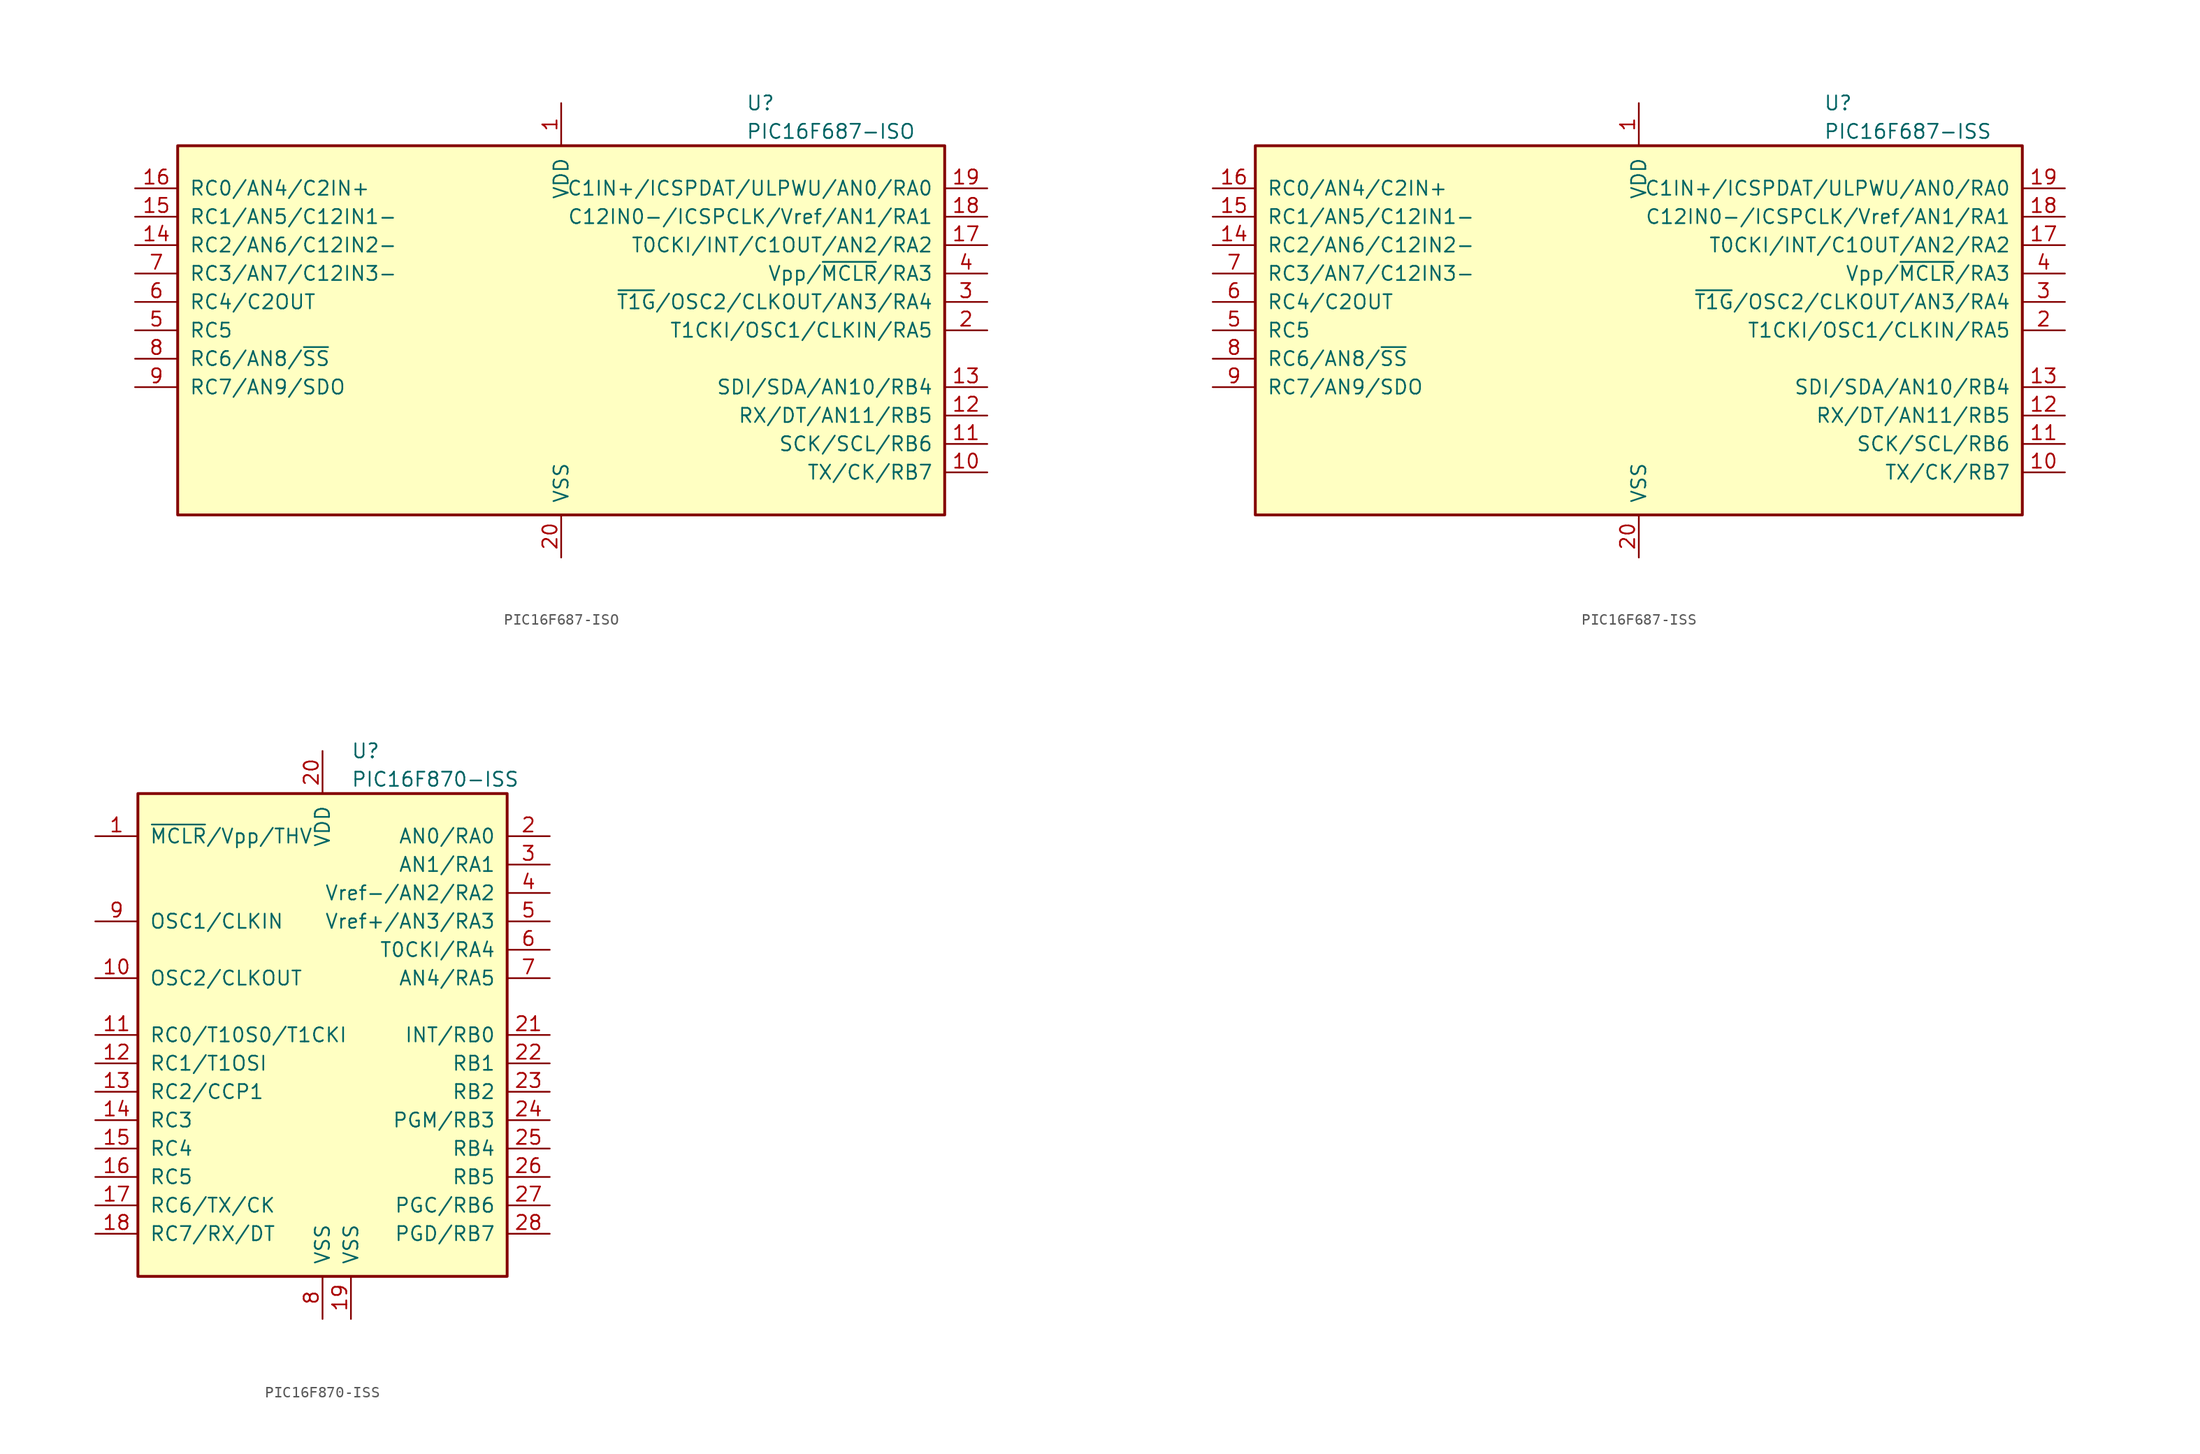
<source format=kicad_sym>
(kicad_symbol_lib
  (version 20231120)
  (generator "kicad_symbol_editor")
  (generator_version "8.0")
  (symbol "PIC16F687-ISO"
    (pin_names
      (offset 1.016))
    (property "Reference" "U"
      (at 16.51 20.32 0)
      (effects (font (size 1.27 1.27)) (justify left)))
    (property "Value" "PIC16F687-ISO"
      (at 16.51 17.78 0)
      (effects (font (size 1.27 1.27)) (justify left)))
    (symbol "PIC16F687-ISO_0_1"
      (rectangle (start -34.29 16.51) (end 34.29 -16.51) (stroke (width 0.254) (type default)) (fill (type background))))
    (symbol "PIC16F687-ISO_1_1"
      (pin power_in line (at 0 20.32 270) (length 3.81) (name "VDD" (effects (font (size 1.27 1.27)))) (number "1" (effects (font (size 1.27 1.27)))))
      (pin bidirectional line (at 38.1 -12.7 180) (length 3.81) (name "TX/CK/RB7" (effects (font (size 1.27 1.27)))) (number "10" (effects (font (size 1.27 1.27)))))
      (pin bidirectional line (at 38.1 -10.16 180) (length 3.81) (name "SCK/SCL/RB6" (effects (font (size 1.27 1.27)))) (number "11" (effects (font (size 1.27 1.27)))))
      (pin bidirectional line (at 38.1 -7.62 180) (length 3.81) (name "RX/DT/AN11/RB5" (effects (font (size 1.27 1.27)))) (number "12" (effects (font (size 1.27 1.27)))))
      (pin bidirectional line (at 38.1 -5.08 180) (length 3.81) (name "SDI/SDA/AN10/RB4" (effects (font (size 1.27 1.27)))) (number "13" (effects (font (size 1.27 1.27)))))
      (pin bidirectional line (at -38.1 7.62 0) (length 3.81) (name "RC2/AN6/C12IN2-" (effects (font (size 1.27 1.27)))) (number "14" (effects (font (size 1.27 1.27)))))
      (pin bidirectional line (at -38.1 10.16 0) (length 3.81) (name "RC1/AN5/C12IN1-" (effects (font (size 1.27 1.27)))) (number "15" (effects (font (size 1.27 1.27)))))
      (pin bidirectional line (at -38.1 12.7 0) (length 3.81) (name "RC0/AN4/C2IN+" (effects (font (size 1.27 1.27)))) (number "16" (effects (font (size 1.27 1.27)))))
      (pin bidirectional line (at 38.1 7.62 180) (length 3.81) (name "T0CKI/INT/C1OUT/AN2/RA2" (effects (font (size 1.27 1.27)))) (number "17" (effects (font (size 1.27 1.27)))))
      (pin bidirectional line (at 38.1 10.16 180) (length 3.81) (name "C12IN0-/ICSPCLK/Vref/AN1/RA1" (effects (font (size 1.27 1.27)))) (number "18" (effects (font (size 1.27 1.27)))))
      (pin bidirectional line (at 38.1 12.7 180) (length 3.81) (name "C1IN+/ICSPDAT/ULPWU/AN0/RA0" (effects (font (size 1.27 1.27)))) (number "19" (effects (font (size 1.27 1.27)))))
      (pin bidirectional line (at 38.1 0 180) (length 3.81) (name "T1CKI/OSC1/CLKIN/RA5" (effects (font (size 1.27 1.27)))) (number "2" (effects (font (size 1.27 1.27)))))
      (pin power_in line (at 0 -20.32 90) (length 3.81) (name "VSS" (effects (font (size 1.27 1.27)))) (number "20" (effects (font (size 1.27 1.27)))))
      (pin bidirectional line (at 38.1 2.54 180) (length 3.81) (name "~{T1G}/OSC2/CLKOUT/AN3/RA4" (effects (font (size 1.27 1.27)))) (number "3" (effects (font (size 1.27 1.27)))))
      (pin input line (at 38.1 5.08 180) (length 3.81) (name "Vpp/~{MCLR}/RA3" (effects (font (size 1.27 1.27)))) (number "4" (effects (font (size 1.27 1.27)))))
      (pin bidirectional line (at -38.1 0 0) (length 3.81) (name "RC5" (effects (font (size 1.27 1.27)))) (number "5" (effects (font (size 1.27 1.27)))))
      (pin bidirectional line (at -38.1 2.54 0) (length 3.81) (name "RC4/C2OUT" (effects (font (size 1.27 1.27)))) (number "6" (effects (font (size 1.27 1.27)))))
      (pin bidirectional line (at -38.1 5.08 0) (length 3.81) (name "RC3/AN7/C12IN3-" (effects (font (size 1.27 1.27)))) (number "7" (effects (font (size 1.27 1.27)))))
      (pin bidirectional line (at -38.1 -2.54 0) (length 3.81) (name "RC6/AN8/~{SS}" (effects (font (size 1.27 1.27)))) (number "8" (effects (font (size 1.27 1.27)))))
      (pin bidirectional line (at -38.1 -5.08 0) (length 3.81) (name "RC7/AN9/SDO" (effects (font (size 1.27 1.27)))) (number "9" (effects (font (size 1.27 1.27)))))))
  (symbol "PIC16F687-ISS"
    (pin_names
      (offset 1.016))
    (property "Reference" "U"
      (at 16.51 20.32 0)
      (effects (font (size 1.27 1.27)) (justify left)))
    (property "Value" "PIC16F687-ISS"
      (at 16.51 17.78 0)
      (effects (font (size 1.27 1.27)) (justify left)))
    (symbol "PIC16F687-ISS_0_1"
      (rectangle (start -34.29 16.51) (end 34.29 -16.51) (stroke (width 0.254) (type default)) (fill (type background))))
    (symbol "PIC16F687-ISS_1_1"
      (pin power_in line (at 0 20.32 270) (length 3.81) (name "VDD" (effects (font (size 1.27 1.27)))) (number "1" (effects (font (size 1.27 1.27)))))
      (pin bidirectional line (at 38.1 -12.7 180) (length 3.81) (name "TX/CK/RB7" (effects (font (size 1.27 1.27)))) (number "10" (effects (font (size 1.27 1.27)))))
      (pin bidirectional line (at 38.1 -10.16 180) (length 3.81) (name "SCK/SCL/RB6" (effects (font (size 1.27 1.27)))) (number "11" (effects (font (size 1.27 1.27)))))
      (pin bidirectional line (at 38.1 -7.62 180) (length 3.81) (name "RX/DT/AN11/RB5" (effects (font (size 1.27 1.27)))) (number "12" (effects (font (size 1.27 1.27)))))
      (pin bidirectional line (at 38.1 -5.08 180) (length 3.81) (name "SDI/SDA/AN10/RB4" (effects (font (size 1.27 1.27)))) (number "13" (effects (font (size 1.27 1.27)))))
      (pin bidirectional line (at -38.1 7.62 0) (length 3.81) (name "RC2/AN6/C12IN2-" (effects (font (size 1.27 1.27)))) (number "14" (effects (font (size 1.27 1.27)))))
      (pin bidirectional line (at -38.1 10.16 0) (length 3.81) (name "RC1/AN5/C12IN1-" (effects (font (size 1.27 1.27)))) (number "15" (effects (font (size 1.27 1.27)))))
      (pin bidirectional line (at -38.1 12.7 0) (length 3.81) (name "RC0/AN4/C2IN+" (effects (font (size 1.27 1.27)))) (number "16" (effects (font (size 1.27 1.27)))))
      (pin bidirectional line (at 38.1 7.62 180) (length 3.81) (name "T0CKI/INT/C1OUT/AN2/RA2" (effects (font (size 1.27 1.27)))) (number "17" (effects (font (size 1.27 1.27)))))
      (pin bidirectional line (at 38.1 10.16 180) (length 3.81) (name "C12IN0-/ICSPCLK/Vref/AN1/RA1" (effects (font (size 1.27 1.27)))) (number "18" (effects (font (size 1.27 1.27)))))
      (pin bidirectional line (at 38.1 12.7 180) (length 3.81) (name "C1IN+/ICSPDAT/ULPWU/AN0/RA0" (effects (font (size 1.27 1.27)))) (number "19" (effects (font (size 1.27 1.27)))))
      (pin bidirectional line (at 38.1 0 180) (length 3.81) (name "T1CKI/OSC1/CLKIN/RA5" (effects (font (size 1.27 1.27)))) (number "2" (effects (font (size 1.27 1.27)))))
      (pin power_in line (at 0 -20.32 90) (length 3.81) (name "VSS" (effects (font (size 1.27 1.27)))) (number "20" (effects (font (size 1.27 1.27)))))
      (pin bidirectional line (at 38.1 2.54 180) (length 3.81) (name "~{T1G}/OSC2/CLKOUT/AN3/RA4" (effects (font (size 1.27 1.27)))) (number "3" (effects (font (size 1.27 1.27)))))
      (pin input line (at 38.1 5.08 180) (length 3.81) (name "Vpp/~{MCLR}/RA3" (effects (font (size 1.27 1.27)))) (number "4" (effects (font (size 1.27 1.27)))))
      (pin bidirectional line (at -38.1 0 0) (length 3.81) (name "RC5" (effects (font (size 1.27 1.27)))) (number "5" (effects (font (size 1.27 1.27)))))
      (pin bidirectional line (at -38.1 2.54 0) (length 3.81) (name "RC4/C2OUT" (effects (font (size 1.27 1.27)))) (number "6" (effects (font (size 1.27 1.27)))))
      (pin bidirectional line (at -38.1 5.08 0) (length 3.81) (name "RC3/AN7/C12IN3-" (effects (font (size 1.27 1.27)))) (number "7" (effects (font (size 1.27 1.27)))))
      (pin bidirectional line (at -38.1 -2.54 0) (length 3.81) (name "RC6/AN8/~{SS}" (effects (font (size 1.27 1.27)))) (number "8" (effects (font (size 1.27 1.27)))))
      (pin bidirectional line (at -38.1 -5.08 0) (length 3.81) (name "RC7/AN9/SDO" (effects (font (size 1.27 1.27)))) (number "9" (effects (font (size 1.27 1.27)))))))
  (symbol "PIC16F870-ISS"
    (pin_names
      (offset 1.016))
    (property "Reference" "U"
      (at 2.54 25.4 0)
      (effects (font (size 1.27 1.27)) (justify left)))
    (property "Value" "PIC16F870-ISS"
      (at 2.54 22.86 0)
      (effects (font (size 1.27 1.27)) (justify left)))
    (symbol "PIC16F870-ISS_0_1"
      (rectangle (start -16.51 -21.59) (end 16.51 21.59) (stroke (width 0.254) (type default)) (fill (type background))))
    (symbol "PIC16F870-ISS_1_1"
      (pin input line (at -20.32 17.78 0) (length 3.81) (name "~{MCLR}/Vpp/THV" (effects (font (size 1.27 1.27)))) (number "1" (effects (font (size 1.27 1.27)))))
      (pin output line (at -20.32 5.08 0) (length 3.81) (name "OSC2/CLKOUT" (effects (font (size 1.27 1.27)))) (number "10" (effects (font (size 1.27 1.27)))))
      (pin bidirectional line (at -20.32 0 0) (length 3.81) (name "RC0/T10S0/T1CKI" (effects (font (size 1.27 1.27)))) (number "11" (effects (font (size 1.27 1.27)))))
      (pin bidirectional line (at -20.32 -2.54 0) (length 3.81) (name "RC1/T1OSI" (effects (font (size 1.27 1.27)))) (number "12" (effects (font (size 1.27 1.27)))))
      (pin bidirectional line (at -20.32 -5.08 0) (length 3.81) (name "RC2/CCP1" (effects (font (size 1.27 1.27)))) (number "13" (effects (font (size 1.27 1.27)))))
      (pin bidirectional line (at -20.32 -7.62 0) (length 3.81) (name "RC3" (effects (font (size 1.27 1.27)))) (number "14" (effects (font (size 1.27 1.27)))))
      (pin bidirectional line (at -20.32 -10.16 0) (length 3.81) (name "RC4" (effects (font (size 1.27 1.27)))) (number "15" (effects (font (size 1.27 1.27)))))
      (pin bidirectional line (at -20.32 -12.7 0) (length 3.81) (name "RC5" (effects (font (size 1.27 1.27)))) (number "16" (effects (font (size 1.27 1.27)))))
      (pin bidirectional line (at -20.32 -15.24 0) (length 3.81) (name "RC6/TX/CK" (effects (font (size 1.27 1.27)))) (number "17" (effects (font (size 1.27 1.27)))))
      (pin bidirectional line (at -20.32 -17.78 0) (length 3.81) (name "RC7/RX/DT" (effects (font (size 1.27 1.27)))) (number "18" (effects (font (size 1.27 1.27)))))
      (pin power_in line (at 2.54 -25.4 90) (length 3.81) (name "VSS" (effects (font (size 1.27 1.27)))) (number "19" (effects (font (size 1.27 1.27)))))
      (pin bidirectional line (at 20.32 17.78 180) (length 3.81) (name "AN0/RA0" (effects (font (size 1.27 1.27)))) (number "2" (effects (font (size 1.27 1.27)))))
      (pin power_in line (at 0 25.4 270) (length 3.81) (name "VDD" (effects (font (size 1.27 1.27)))) (number "20" (effects (font (size 1.27 1.27)))))
      (pin bidirectional line (at 20.32 0 180) (length 3.81) (name "INT/RB0" (effects (font (size 1.27 1.27)))) (number "21" (effects (font (size 1.27 1.27)))))
      (pin bidirectional line (at 20.32 -2.54 180) (length 3.81) (name "RB1" (effects (font (size 1.27 1.27)))) (number "22" (effects (font (size 1.27 1.27)))))
      (pin bidirectional line (at 20.32 -5.08 180) (length 3.81) (name "RB2" (effects (font (size 1.27 1.27)))) (number "23" (effects (font (size 1.27 1.27)))))
      (pin bidirectional line (at 20.32 -7.62 180) (length 3.81) (name "PGM/RB3" (effects (font (size 1.27 1.27)))) (number "24" (effects (font (size 1.27 1.27)))))
      (pin bidirectional line (at 20.32 -10.16 180) (length 3.81) (name "RB4" (effects (font (size 1.27 1.27)))) (number "25" (effects (font (size 1.27 1.27)))))
      (pin bidirectional line (at 20.32 -12.7 180) (length 3.81) (name "RB5" (effects (font (size 1.27 1.27)))) (number "26" (effects (font (size 1.27 1.27)))))
      (pin bidirectional line (at 20.32 -15.24 180) (length 3.81) (name "PGC/RB6" (effects (font (size 1.27 1.27)))) (number "27" (effects (font (size 1.27 1.27)))))
      (pin bidirectional line (at 20.32 -17.78 180) (length 3.81) (name "PGD/RB7" (effects (font (size 1.27 1.27)))) (number "28" (effects (font (size 1.27 1.27)))))
      (pin bidirectional line (at 20.32 15.24 180) (length 3.81) (name "AN1/RA1" (effects (font (size 1.27 1.27)))) (number "3" (effects (font (size 1.27 1.27)))))
      (pin bidirectional line (at 20.32 12.7 180) (length 3.81) (name "Vref-/AN2/RA2" (effects (font (size 1.27 1.27)))) (number "4" (effects (font (size 1.27 1.27)))))
      (pin bidirectional line (at 20.32 10.16 180) (length 3.81) (name "Vref+/AN3/RA3" (effects (font (size 1.27 1.27)))) (number "5" (effects (font (size 1.27 1.27)))))
      (pin bidirectional line (at 20.32 7.62 180) (length 3.81) (name "T0CKI/RA4" (effects (font (size 1.27 1.27)))) (number "6" (effects (font (size 1.27 1.27)))))
      (pin bidirectional line (at 20.32 5.08 180) (length 3.81) (name "AN4/RA5" (effects (font (size 1.27 1.27)))) (number "7" (effects (font (size 1.27 1.27)))))
      (pin power_in line (at 0 -25.4 90) (length 3.81) (name "VSS" (effects (font (size 1.27 1.27)))) (number "8" (effects (font (size 1.27 1.27)))))
      (pin input line (at -20.32 10.16 0) (length 3.81) (name "OSC1/CLKIN" (effects (font (size 1.27 1.27)))) (number "9" (effects (font (size 1.27 1.27))))))))
</source>
